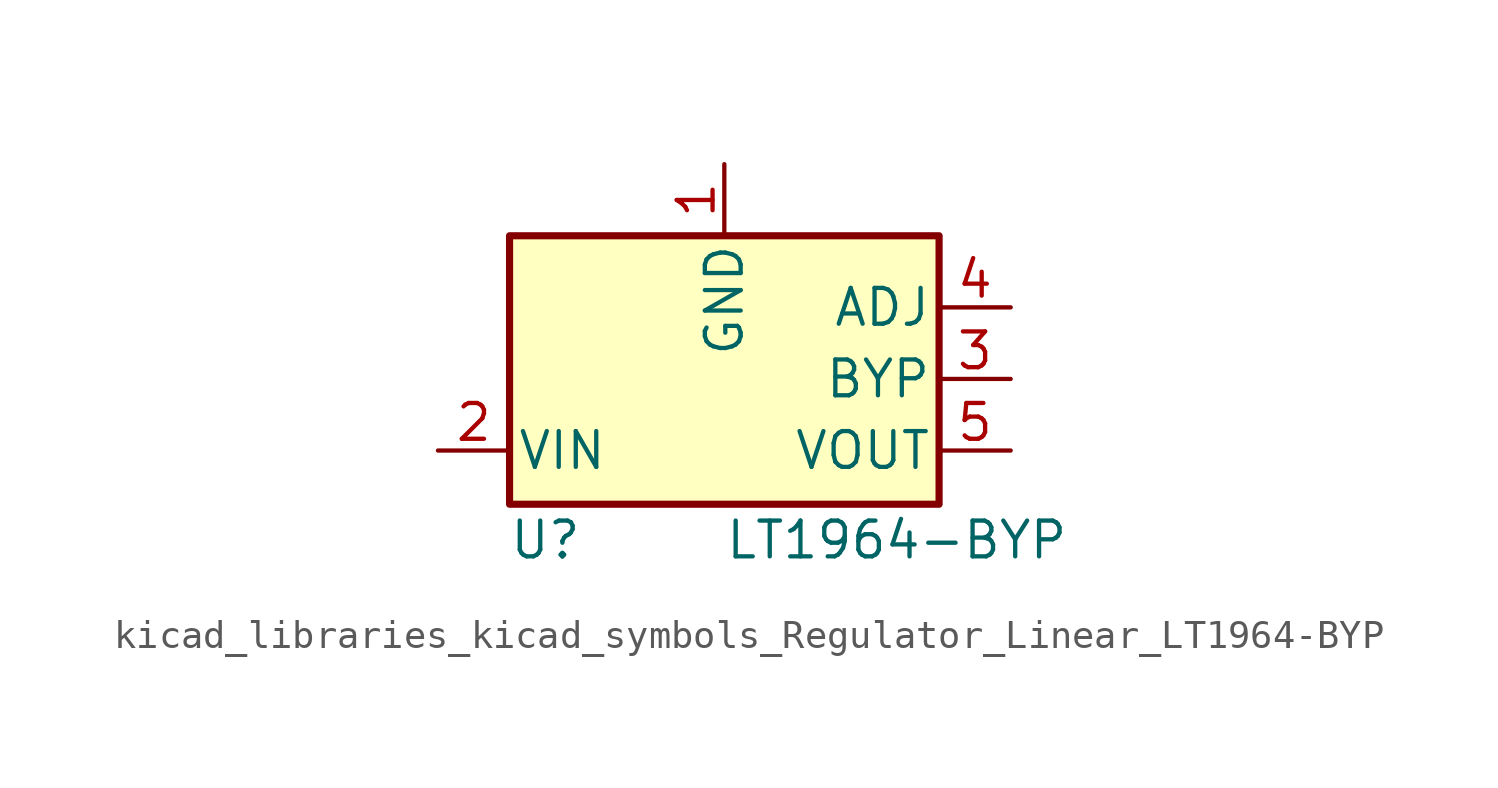
<source format=kicad_sym>
(kicad_symbol_lib
  (version 20220914)
  (generator kicad_symbol_editor)
  (symbol "kicad_libraries_kicad_symbols_Regulator_Linear_LT1964-BYP"
    (pin_names
      (offset 0.254))
    (property "Reference" "U"
      (at -6.35 -5.715 0)
      (effects (font (size 1.27 1.27))))
    (property "Value" "LT1964-BYP"
      (at 0 -5.715 0)
      (effects (font (size 1.27 1.27)) (justify left)))
    (symbol "kicad_libraries_kicad_symbols_Regulator_Linear_LT1964-BYP_0_1"
      (rectangle (start -7.62 5.08) (end 7.62 -4.445) (stroke (width 0.254) (type default)) (fill (type background))))
    (symbol "kicad_libraries_kicad_symbols_Regulator_Linear_LT1964-BYP_1_1"
      (pin power_in line (at 0 7.62 270) (length 2.54) (name "GND" (effects (font (size 1.27 1.27)))) (number "1" (effects (font (size 1.27 1.27)))))
      (pin power_in line (at -10.16 -2.54 0) (length 2.54) (name "VIN" (effects (font (size 1.27 1.27)))) (number "2" (effects (font (size 1.27 1.27)))))
      (pin passive line (at 10.16 0 180) (length 2.54) (name "BYP" (effects (font (size 1.27 1.27)))) (number "3" (effects (font (size 1.27 1.27)))))
      (pin input line (at 10.16 2.54 180) (length 2.54) (name "ADJ" (effects (font (size 1.27 1.27)))) (number "4" (effects (font (size 1.27 1.27)))))
      (pin power_out line (at 10.16 -2.54 180) (length 2.54) (name "VOUT" (effects (font (size 1.27 1.27)))) (number "5" (effects (font (size 1.27 1.27))))))))
</source>
